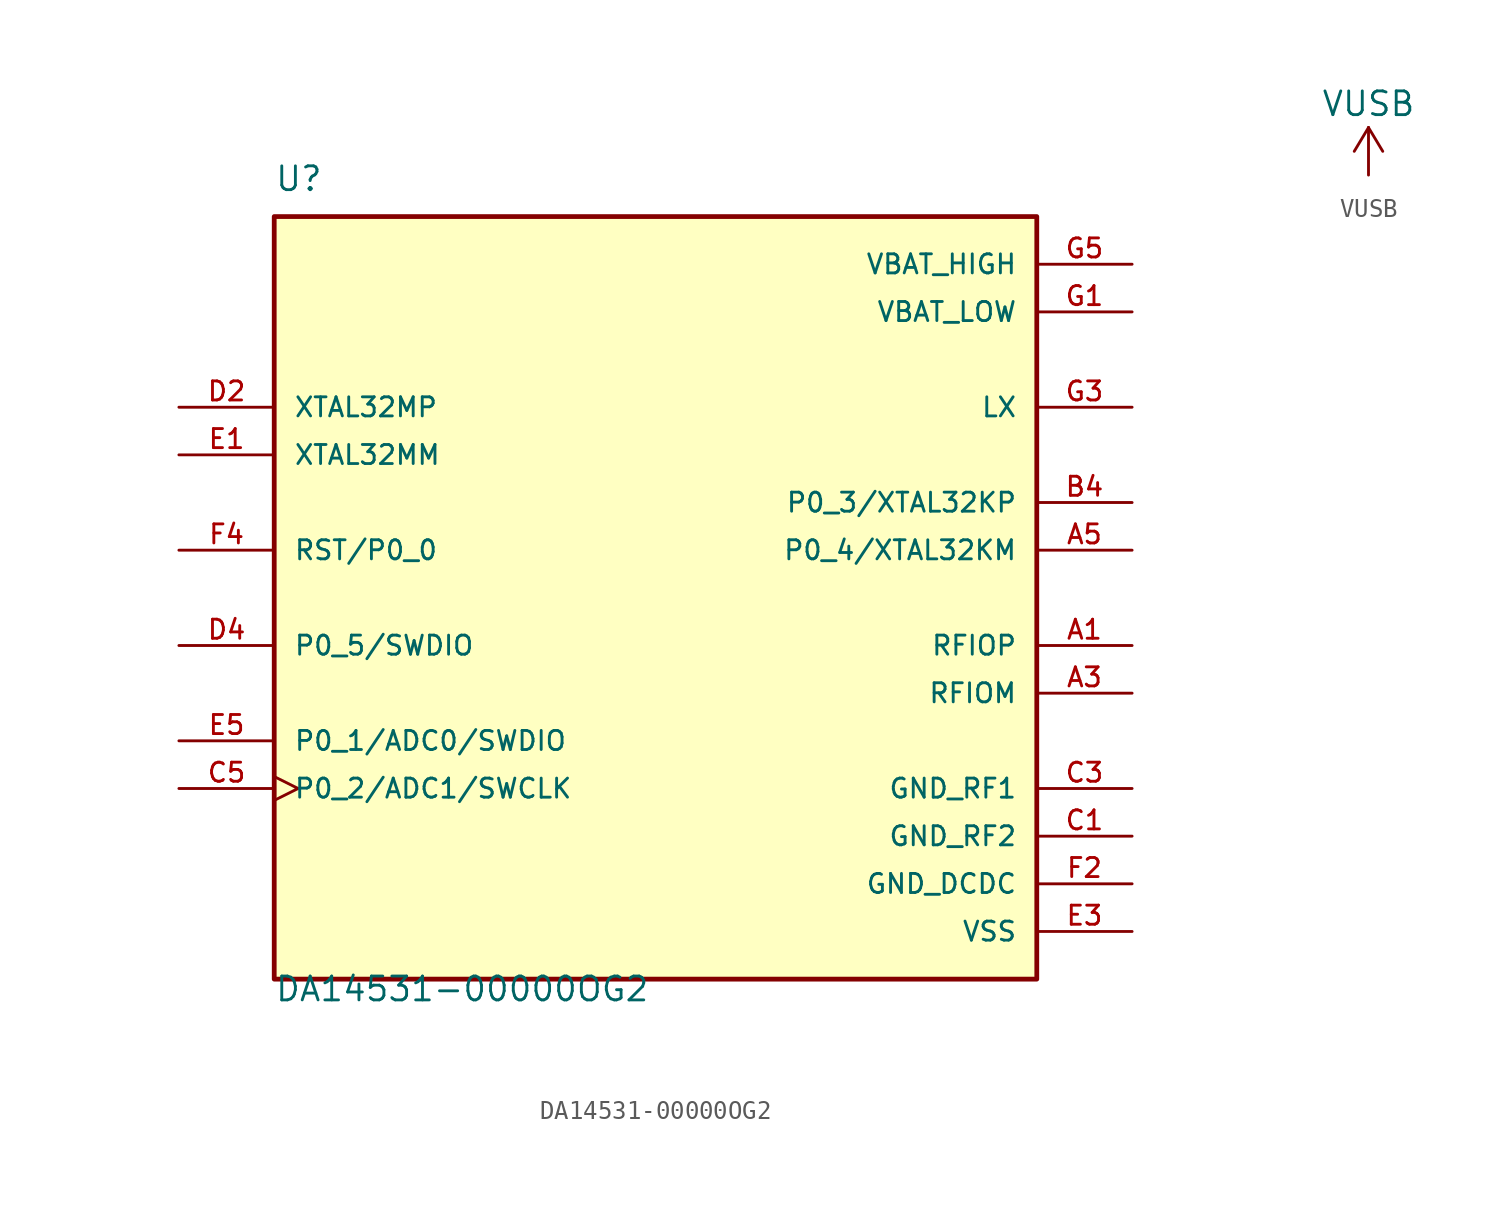
<source format=kicad_sym>
(kicad_symbol_lib
  (version 20210619)
  (generator kicad_symbol_editor)
  (symbol "rp2040_bt_feather:DA14531-00000OG2"
    (pin_names
      (offset 1.016))
    (property "Reference" "U"
      (at -20.32 21.59 0)
      (effects (font (size 1.27 1.27)) (justify left bottom)))
    (property "Value" "DA14531-00000OG2"
      (at -20.32 -21.59 0)
      (effects (font (size 1.27 1.27)) (justify left bottom)))
    (property "ki_locked" ""
      (at 0 0 0)
      (effects (font (size 1.27 1.27))))
    (symbol "DA14531-00000OG2_0_0"
      (rectangle (start -20.32 -20.32) (end 20.32 20.32) (stroke (width 0.254)) (fill (type background)))
      (pin bidirectional line (at 25.4 -2.54 180) (length 5.08) (name "RFIOP" (effects (font (size 1.016 1.016)))) (number "A1" (effects (font (size 1.016 1.016)))))
      (pin bidirectional line (at 25.4 -5.08 180) (length 5.08) (name "RFIOM" (effects (font (size 1.016 1.016)))) (number "A3" (effects (font (size 1.016 1.016)))))
      (pin bidirectional line (at 25.4 2.54 180) (length 5.08) (name "P0_4/XTAL32KM" (effects (font (size 1.016 1.016)))) (number "A5" (effects (font (size 1.016 1.016)))))
      (pin bidirectional line (at 25.4 5.08 180) (length 5.08) (name "P0_3/XTAL32KP" (effects (font (size 1.016 1.016)))) (number "B4" (effects (font (size 1.016 1.016)))))
      (pin power_in line (at 25.4 -12.7 180) (length 5.08) (name "GND_RF2" (effects (font (size 1.016 1.016)))) (number "C1" (effects (font (size 1.016 1.016)))))
      (pin power_in line (at 25.4 -10.16 180) (length 5.08) (name "GND_RF1" (effects (font (size 1.016 1.016)))) (number "C3" (effects (font (size 1.016 1.016)))))
      (pin bidirectional clock (at -25.4 -10.16 0) (length 5.08) (name "P0_2/ADC1/SWCLK" (effects (font (size 1.016 1.016)))) (number "C5" (effects (font (size 1.016 1.016)))))
      (pin input line (at -25.4 10.16 0) (length 5.08) (name "XTAL32MP" (effects (font (size 1.016 1.016)))) (number "D2" (effects (font (size 1.016 1.016)))))
      (pin bidirectional line (at -25.4 -2.54 0) (length 5.08) (name "P0_5/SWDIO" (effects (font (size 1.016 1.016)))) (number "D4" (effects (font (size 1.016 1.016)))))
      (pin output line (at -25.4 7.62 0) (length 5.08) (name "XTAL32MM" (effects (font (size 1.016 1.016)))) (number "E1" (effects (font (size 1.016 1.016)))))
      (pin power_in line (at 25.4 -17.78 180) (length 5.08) (name "VSS" (effects (font (size 1.016 1.016)))) (number "E3" (effects (font (size 1.016 1.016)))))
      (pin bidirectional line (at -25.4 -7.62 0) (length 5.08) (name "P0_1/ADC0/SWDIO" (effects (font (size 1.016 1.016)))) (number "E5" (effects (font (size 1.016 1.016)))))
      (pin power_in line (at 25.4 -15.24 180) (length 5.08) (name "GND_DCDC" (effects (font (size 1.016 1.016)))) (number "F2" (effects (font (size 1.016 1.016)))))
      (pin bidirectional line (at -25.4 2.54 0) (length 5.08) (name "RST/P0_0" (effects (font (size 1.016 1.016)))) (number "F4" (effects (font (size 1.016 1.016)))))
      (pin power_in line (at 25.4 15.24 180) (length 5.08) (name "VBAT_LOW" (effects (font (size 1.016 1.016)))) (number "G1" (effects (font (size 1.016 1.016)))))
      (pin passive line (at 25.4 10.16 180) (length 5.08) (name "LX" (effects (font (size 1.016 1.016)))) (number "G3" (effects (font (size 1.016 1.016)))))
      (pin power_in line (at 25.4 17.78 180) (length 5.08) (name "VBAT_HIGH" (effects (font (size 1.016 1.016)))) (number "G5" (effects (font (size 1.016 1.016)))))))
  (symbol "rp2040_bt_feather:VUSB"
    (power)
    (pin_names
      (offset 0))
    (property "Reference" "#PWR"
      (at 0 -3.81 0)
      (effects (font (size 1.27 1.27)) hide))
    (property "Value" "VUSB"
      (at 0 3.81 0)
      (effects (font (size 1.27 1.27))))
    (symbol "VUSB_0_1"
      (polyline (pts (xy -0.762 1.27) (xy 0 2.54)) (stroke (width 0)) (fill (type none)))
      (polyline (pts (xy 0 0) (xy 0 2.54)) (stroke (width 0)) (fill (type none)))
      (polyline (pts (xy 0 2.54) (xy 0.762 1.27)) (stroke (width 0)) (fill (type none))))
    (symbol "VUSB_1_1"
      (pin power_in line (at 0 0 90) (length 0) hide (name "VUSB" (effects (font (size 1.27 1.27)))) (number "1" (effects (font (size 1.27 1.27))))))))
</source>
